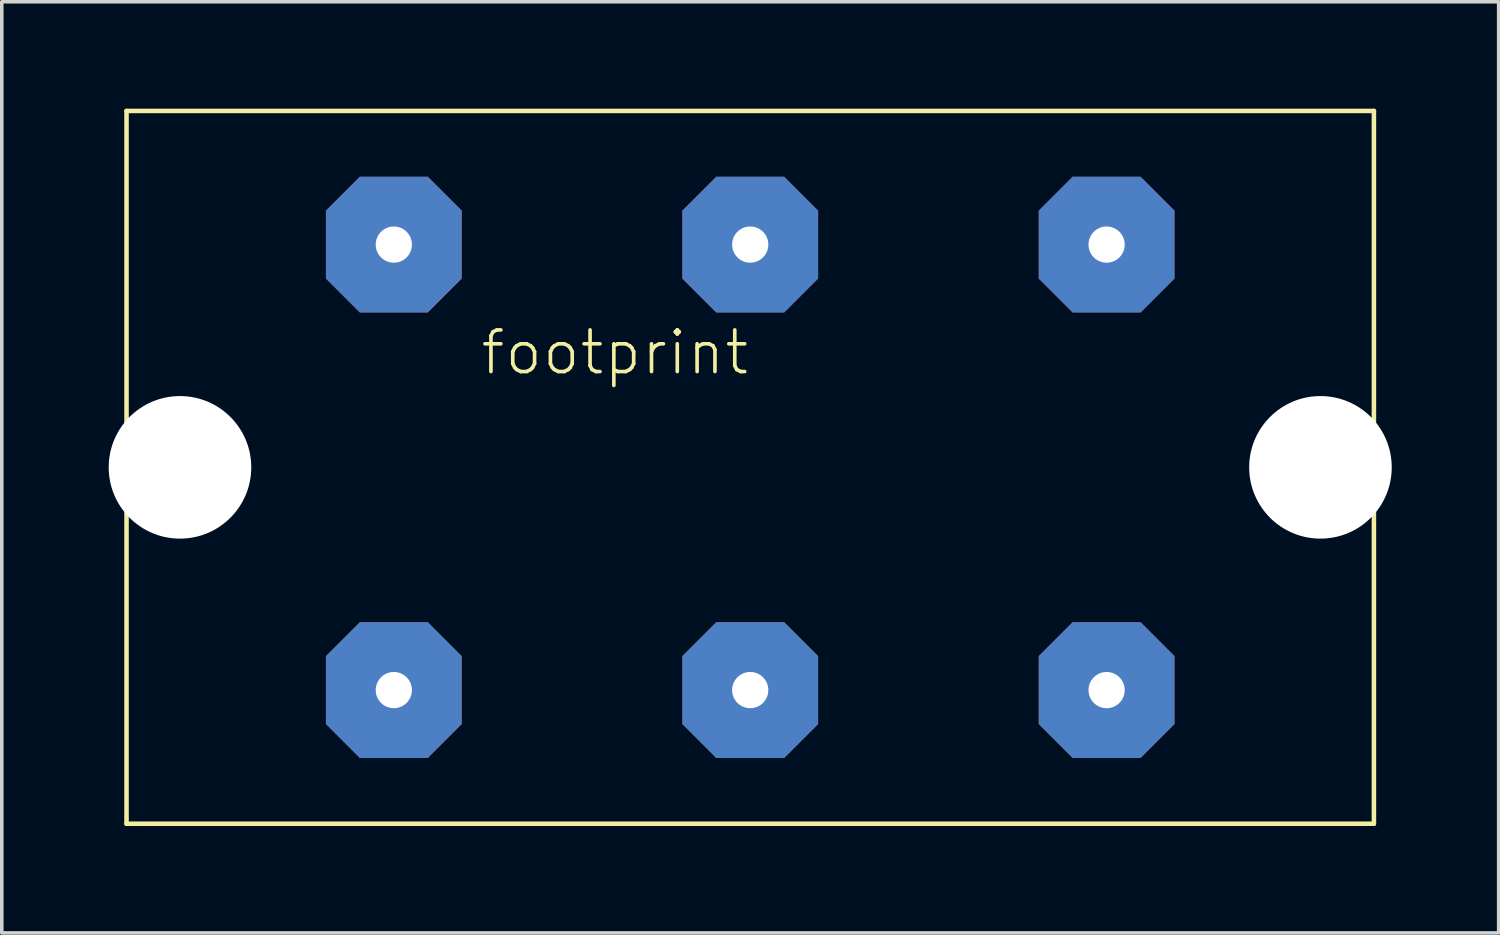
<source format=kicad_pcb>
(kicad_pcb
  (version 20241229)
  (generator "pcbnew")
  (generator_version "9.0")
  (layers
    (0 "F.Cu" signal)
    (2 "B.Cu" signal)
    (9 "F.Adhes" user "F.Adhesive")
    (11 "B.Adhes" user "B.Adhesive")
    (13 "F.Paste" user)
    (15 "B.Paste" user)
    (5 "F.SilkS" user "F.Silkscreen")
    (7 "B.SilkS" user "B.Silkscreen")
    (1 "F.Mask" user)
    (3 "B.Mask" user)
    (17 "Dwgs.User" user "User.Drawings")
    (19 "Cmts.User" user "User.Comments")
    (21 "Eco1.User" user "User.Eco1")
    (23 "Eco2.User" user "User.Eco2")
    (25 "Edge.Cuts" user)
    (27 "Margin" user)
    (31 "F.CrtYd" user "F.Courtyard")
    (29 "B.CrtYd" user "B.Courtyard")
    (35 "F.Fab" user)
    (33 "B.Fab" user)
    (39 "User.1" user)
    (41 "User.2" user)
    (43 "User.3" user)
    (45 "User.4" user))
  (footprint "footprint"
    (layer "F.Cu")
    (at 18 10.063)
    (property "Reference" "footprint" (at -7.62 -2.54 0) (layer "F.SilkS") (effects (font (size 1.168 1.168) (thickness 0.102)) (justify left bottom)))
    (fp_line (start -17.5 -10) (end 17.5 -10) (stroke (width 0.127) (type solid)) (layer "F.SilkS"))
    (fp_line (start -17.5 10) (end -17.5 -10) (stroke (width 0.127) (type solid)) (layer "F.SilkS"))
    (fp_line (start 17.5 -10) (end 17.5 10) (stroke (width 0.127) (type solid)) (layer "F.SilkS"))
    (fp_line (start 17.5 10) (end -17.5 10) (stroke (width 0.127) (type solid)) (layer "F.SilkS"))
    (pad "" np_thru_hole circle (at -16 0) (size 4 4) (drill 4) (layers "*.Cu" "*.Mask"))
    (pad "" np_thru_hole circle (at 16 0) (size 4 4) (drill 4) (layers "*.Cu" "*.Mask"))
    (pad "1" thru_hole roundrect (at 10 -6.25) (size 3.81 3.81) (drill 1.016) (layers "*.Cu" "*.Mask") (roundrect_rratio 0.25) (chamfer_ratio 0.25) (chamfer top_left top_right bottom_left bottom_right))
    (pad "2" thru_hole roundrect (at 10 6.25) (size 3.81 3.81) (drill 1.016) (layers "*.Cu" "*.Mask") (roundrect_rratio 0.25) (chamfer_ratio 0.25) (chamfer top_left top_right bottom_left bottom_right))
    (pad "3" thru_hole roundrect (at -10 -6.25) (size 3.81 3.81) (drill 1.016) (layers "*.Cu" "*.Mask") (roundrect_rratio 0.25) (chamfer_ratio 0.25) (chamfer top_left top_right bottom_left bottom_right))
    (pad "4" thru_hole roundrect (at -10 6.25) (size 3.81 3.81) (drill 1.016) (layers "*.Cu" "*.Mask") (roundrect_rratio 0.25) (chamfer_ratio 0.25) (chamfer top_left top_right bottom_left bottom_right))
    (pad "5" thru_hole roundrect (at 0 -6.25) (size 3.81 3.81) (drill 1.016) (layers "*.Cu" "*.Mask") (roundrect_rratio 0.25) (chamfer_ratio 0.25) (chamfer top_left top_right bottom_left bottom_right))
    (pad "6" thru_hole roundrect (at 0 6.25) (size 3.81 3.81) (drill 1.016) (layers "*.Cu" "*.Mask") (roundrect_rratio 0.25) (chamfer_ratio 0.25) (chamfer top_left top_right bottom_left bottom_right)))
  (gr_rect
    (start -3 -3)
    (end 39 23.127)
    (stroke (width 0.1) (type default))
    (fill no)
    (layer "Edge.Cuts")))
</source>
